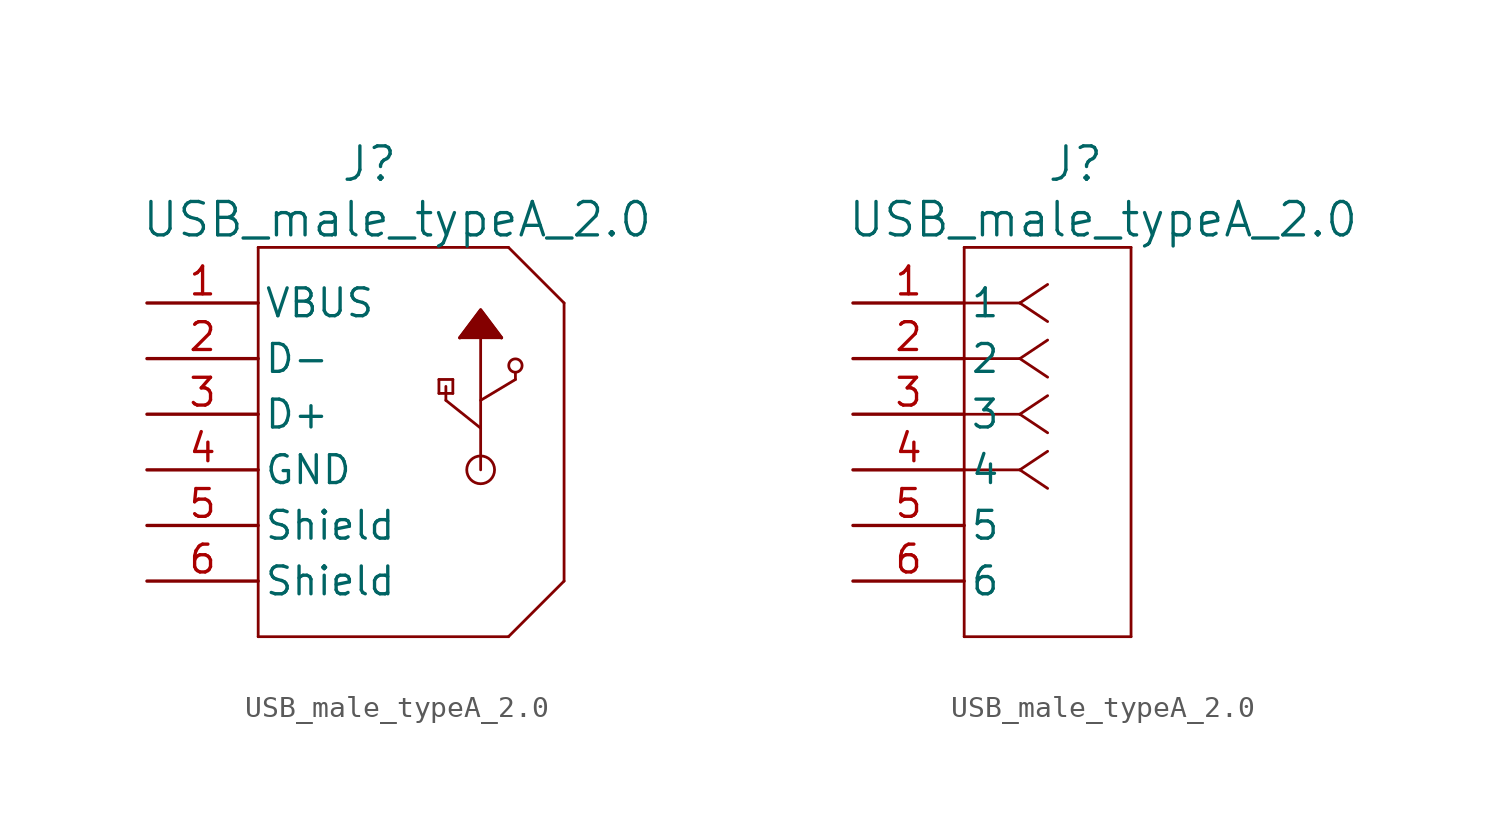
<source format=kicad_sym>
(kicad_symbol_lib
  (version 20220914)
  (generator kicad_symbol_editor)
  (symbol "USB_male_typeA_2.0"
    (pin_names
      (offset 0.254))
    (property "Reference" "J"
      (at 10.16 6.35 0)
      (effects (font (size 1.524 1.524))))
    (property "Value" "USB_male_typeA_2.0"
      (at 11.43 3.81 0)
      (effects (font (size 1.524 1.524))))
    (symbol "USB_male_typeA_2.0_1_1"
      (polyline (pts (xy 5.08 -15.24) (xy 16.51 -15.24)) (stroke (width 0.127) (type default)) (fill (type none)))
      (polyline (pts (xy 5.08 2.54) (xy 5.08 -15.24)) (stroke (width 0.127) (type default)) (fill (type none)))
      (polyline (pts (xy 13.335 -4.128) (xy 13.97 -4.128)) (stroke (width 0.127) (type default)) (fill (type none)))
      (polyline (pts (xy 13.335 -3.493) (xy 13.335 -4.128)) (stroke (width 0.127) (type default)) (fill (type none)))
      (polyline (pts (xy 13.652 -4.445) (xy 15.24 -5.715)) (stroke (width 0.127) (type default)) (fill (type none)))
      (polyline (pts (xy 13.652 -3.81) (xy 13.652 -4.445)) (stroke (width 0.127) (type default)) (fill (type none)))
      (polyline (pts (xy 13.97 -4.128) (xy 13.97 -3.493)) (stroke (width 0.127) (type default)) (fill (type none)))
      (polyline (pts (xy 13.97 -3.493) (xy 13.335 -3.493)) (stroke (width 0.127) (type default)) (fill (type none)))
      (polyline (pts (xy 14.287 -1.587) (xy 16.192 -1.587)) (stroke (width 0.127) (type default)) (fill (type none)))
      (polyline (pts (xy 15.24 -1.587) (xy 15.24 -7.62)) (stroke (width 0.127) (type default)) (fill (type none)))
      (polyline (pts (xy 15.24 -0.318) (xy 14.287 -1.587)) (stroke (width 0.127) (type default)) (fill (type none)))
      (polyline (pts (xy 15.24 -0.318) (xy 16.192 -1.587)) (stroke (width 0.127) (type default)) (fill (type none)))
      (polyline (pts (xy 16.51 2.54) (xy 5.08 2.54)) (stroke (width 0.127) (type default)) (fill (type none)))
      (polyline (pts (xy 16.51 2.54) (xy 19.05 0)) (stroke (width 0.127) (type default)) (fill (type none)))
      (polyline (pts (xy 16.828 -3.493) (xy 15.24 -4.445)) (stroke (width 0.127) (type default)) (fill (type none)))
      (polyline (pts (xy 16.828 -3.175) (xy 16.828 -3.493)) (stroke (width 0.127) (type default)) (fill (type none)))
      (polyline (pts (xy 19.05 -12.7) (xy 16.51 -15.24)) (stroke (width 0.127) (type default)) (fill (type none)))
      (polyline (pts (xy 19.05 -12.7) (xy 19.05 0)) (stroke (width 0.127) (type default)) (fill (type none)))
      (polyline (pts (xy 16.192 -1.587) (xy 15.24 -0.318) (xy 14.287 -1.587)) (stroke (width 0) (type default)) (fill (type outline)))
      (circle (center 15.24 -7.62) (radius 0.635) (stroke (width 0.127) (type default)) (fill (type none)))
      (circle (center 16.828 -2.857) (radius 0.305) (stroke (width 0.127) (type default)) (fill (type none)))
      (pin power_out line (at 0 0 0) (length 5.08) (name "VBUS" (effects (font (size 1.27 1.27)))) (number "1" (effects (font (size 1.27 1.27)))))
      (pin bidirectional line (at 0 -2.54 0) (length 5.08) (name "D-" (effects (font (size 1.27 1.27)))) (number "2" (effects (font (size 1.27 1.27)))))
      (pin bidirectional line (at 0 -5.08 0) (length 5.08) (name "D+" (effects (font (size 1.27 1.27)))) (number "3" (effects (font (size 1.27 1.27)))))
      (pin power_out line (at 0 -7.62 0) (length 5.08) (name "GND" (effects (font (size 1.27 1.27)))) (number "4" (effects (font (size 1.27 1.27)))))
      (pin passive line (at 0 -10.16 0) (length 5.08) (name "Shield" (effects (font (size 1.27 1.27)))) (number "5" (effects (font (size 1.27 1.27)))))
      (pin passive line (at 0 -12.7 0) (length 5.08) (name "Shield" (effects (font (size 1.27 1.27)))) (number "6" (effects (font (size 1.27 1.27))))))
    (symbol "USB_male_typeA_2.0_1_2"
      (polyline (pts (xy 5.08 -15.24) (xy 12.7 -15.24)) (stroke (width 0.127) (type default)) (fill (type none)))
      (polyline (pts (xy 5.08 2.54) (xy 5.08 -15.24)) (stroke (width 0.127) (type default)) (fill (type none)))
      (polyline (pts (xy 7.62 -7.62) (xy 5.08 -7.62)) (stroke (width 0.127) (type default)) (fill (type none)))
      (polyline (pts (xy 7.62 -7.62) (xy 8.89 -8.467)) (stroke (width 0.127) (type default)) (fill (type none)))
      (polyline (pts (xy 7.62 -7.62) (xy 8.89 -6.773)) (stroke (width 0.127) (type default)) (fill (type none)))
      (polyline (pts (xy 7.62 -5.08) (xy 5.08 -5.08)) (stroke (width 0.127) (type default)) (fill (type none)))
      (polyline (pts (xy 7.62 -5.08) (xy 8.89 -5.927)) (stroke (width 0.127) (type default)) (fill (type none)))
      (polyline (pts (xy 7.62 -5.08) (xy 8.89 -4.233)) (stroke (width 0.127) (type default)) (fill (type none)))
      (polyline (pts (xy 7.62 -2.54) (xy 5.08 -2.54)) (stroke (width 0.127) (type default)) (fill (type none)))
      (polyline (pts (xy 7.62 -2.54) (xy 8.89 -3.387)) (stroke (width 0.127) (type default)) (fill (type none)))
      (polyline (pts (xy 7.62 -2.54) (xy 8.89 -1.693)) (stroke (width 0.127) (type default)) (fill (type none)))
      (polyline (pts (xy 7.62 0) (xy 5.08 0)) (stroke (width 0.127) (type default)) (fill (type none)))
      (polyline (pts (xy 7.62 0) (xy 8.89 -0.847)) (stroke (width 0.127) (type default)) (fill (type none)))
      (polyline (pts (xy 7.62 0) (xy 8.89 0.847)) (stroke (width 0.127) (type default)) (fill (type none)))
      (polyline (pts (xy 12.7 -15.24) (xy 12.7 2.54)) (stroke (width 0.127) (type default)) (fill (type none)))
      (polyline (pts (xy 12.7 2.54) (xy 5.08 2.54)) (stroke (width 0.127) (type default)) (fill (type none)))
      (pin unspecified line (at 0 0 0) (length 5.08) (name "1" (effects (font (size 1.27 1.27)))) (number "1" (effects (font (size 1.27 1.27)))))
      (pin unspecified line (at 0 -2.54 0) (length 5.08) (name "2" (effects (font (size 1.27 1.27)))) (number "2" (effects (font (size 1.27 1.27)))))
      (pin unspecified line (at 0 -5.08 0) (length 5.08) (name "3" (effects (font (size 1.27 1.27)))) (number "3" (effects (font (size 1.27 1.27)))))
      (pin unspecified line (at 0 -7.62 0) (length 5.08) (name "4" (effects (font (size 1.27 1.27)))) (number "4" (effects (font (size 1.27 1.27)))))
      (pin unspecified line (at 0 -10.16 0) (length 5.08) (name "5" (effects (font (size 1.27 1.27)))) (number "5" (effects (font (size 1.27 1.27)))))
      (pin unspecified line (at 0 -12.7 0) (length 5.08) (name "6" (effects (font (size 1.27 1.27)))) (number "6" (effects (font (size 1.27 1.27))))))))
</source>
